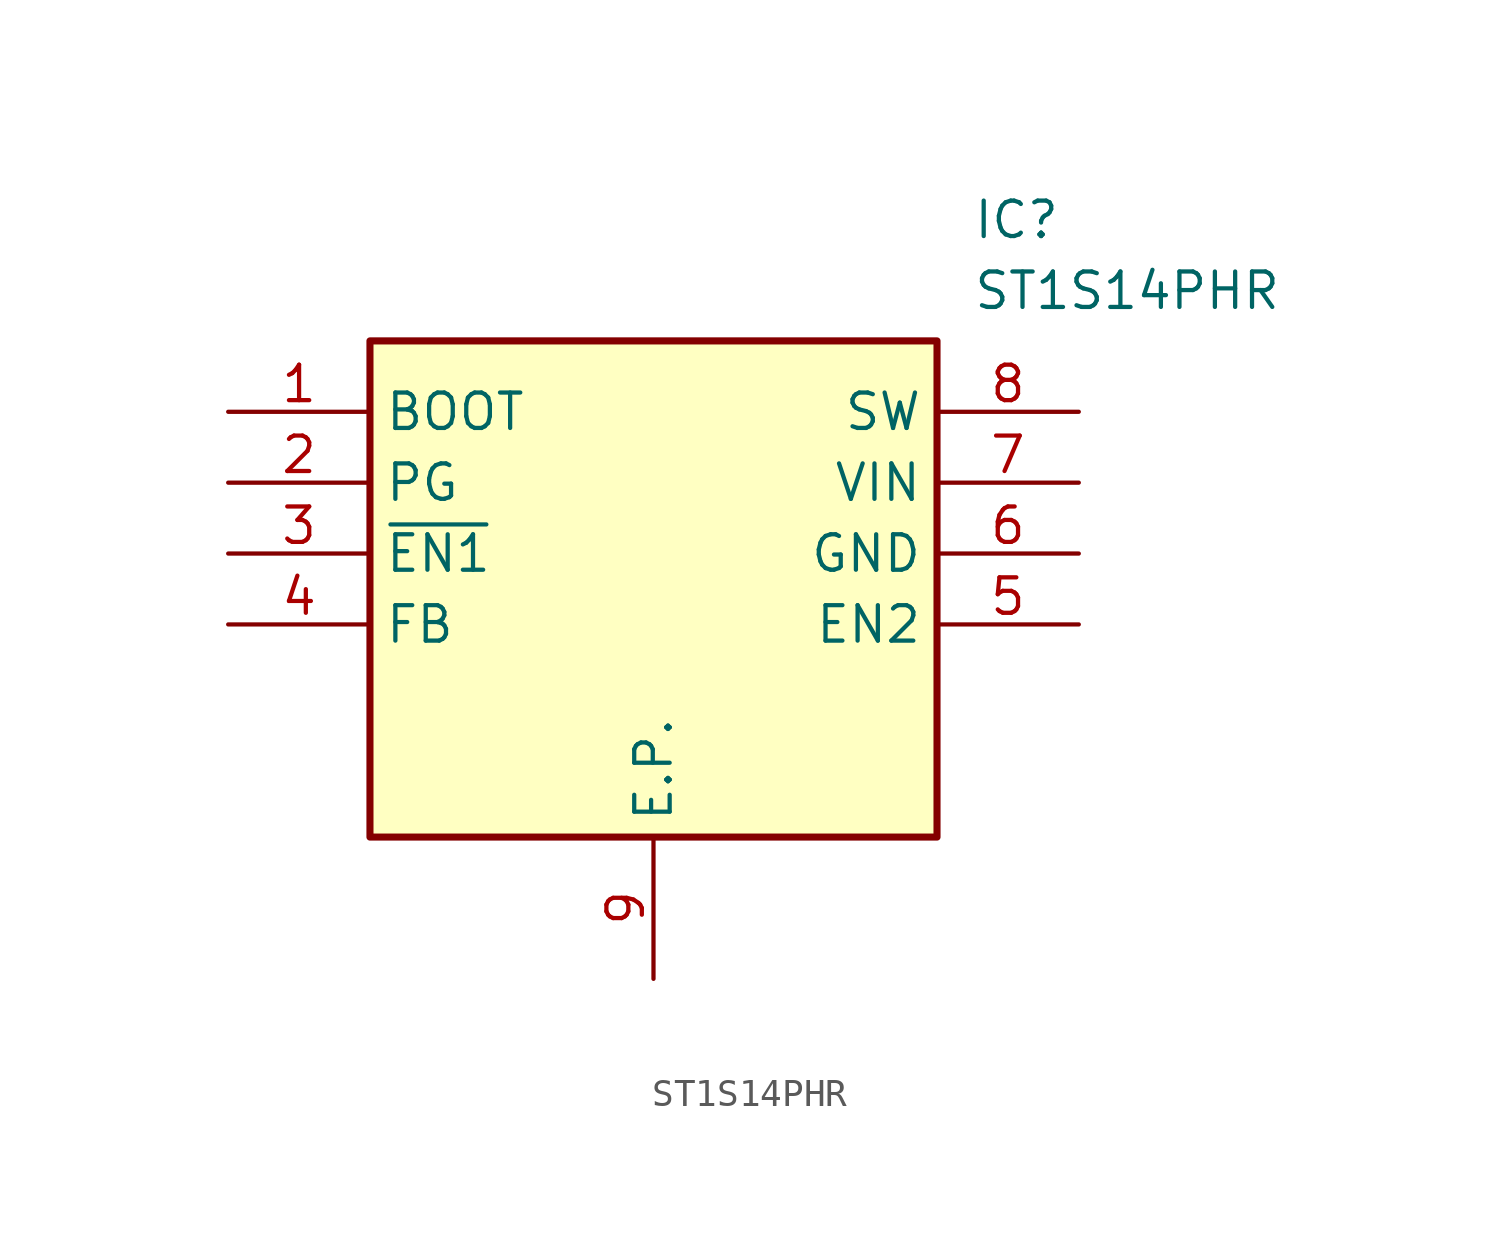
<source format=kicad_sym>
(kicad_symbol_lib
  (version 20211014)
  (generator SamacSys_ECAD_Model)
  (symbol "ST1S14PHR"
    (property "Reference" "IC"
      (at 26.67 7.62 0)
      (effects (font (size 1.27 1.27)) (justify left top)))
    (property "Value" "ST1S14PHR"
      (at 26.67 5.08 0)
      (effects (font (size 1.27 1.27)) (justify left top)))
    (rectangle
      (start 5.08 2.54)
      (end 25.4 -15.24)
      (stroke (width 0.254) (type default))
      (fill (type background)))
    (pin passive line
      (at 0 0 0)
      (length 5.08)
      (name "BOOT" (effects (font (size 1.27 1.27))))
      (number "1" (effects (font (size 1.27 1.27)))))
    (pin passive line
      (at 0 -2.54 0)
      (length 5.08)
      (name "PG" (effects (font (size 1.27 1.27))))
      (number "2" (effects (font (size 1.27 1.27)))))
    (pin passive line
      (at 0 -5.08 0)
      (length 5.08)
      (name "~{EN1}" (effects (font (size 1.27 1.27))))
      (number "3" (effects (font (size 1.27 1.27)))))
    (pin passive line
      (at 0 -7.62 0)
      (length 5.08)
      (name "FB" (effects (font (size 1.27 1.27))))
      (number "4" (effects (font (size 1.27 1.27)))))
    (pin passive line
      (at 30.48 -7.62 180)
      (length 5.08)
      (name "EN2" (effects (font (size 1.27 1.27))))
      (number "5" (effects (font (size 1.27 1.27)))))
    (pin passive line
      (at 30.48 -5.08 180)
      (length 5.08)
      (name "GND" (effects (font (size 1.27 1.27))))
      (number "6" (effects (font (size 1.27 1.27)))))
    (pin passive line
      (at 30.48 -2.54 180)
      (length 5.08)
      (name "VIN" (effects (font (size 1.27 1.27))))
      (number "7" (effects (font (size 1.27 1.27)))))
    (pin passive line
      (at 30.48 0 180)
      (length 5.08)
      (name "SW" (effects (font (size 1.27 1.27))))
      (number "8" (effects (font (size 1.27 1.27)))))
    (pin passive line
      (at 15.24 -20.32 90)
      (length 5.08)
      (name "E.P." (effects (font (size 1.27 1.27))))
      (number "9" (effects (font (size 1.27 1.27)))))))
</source>
